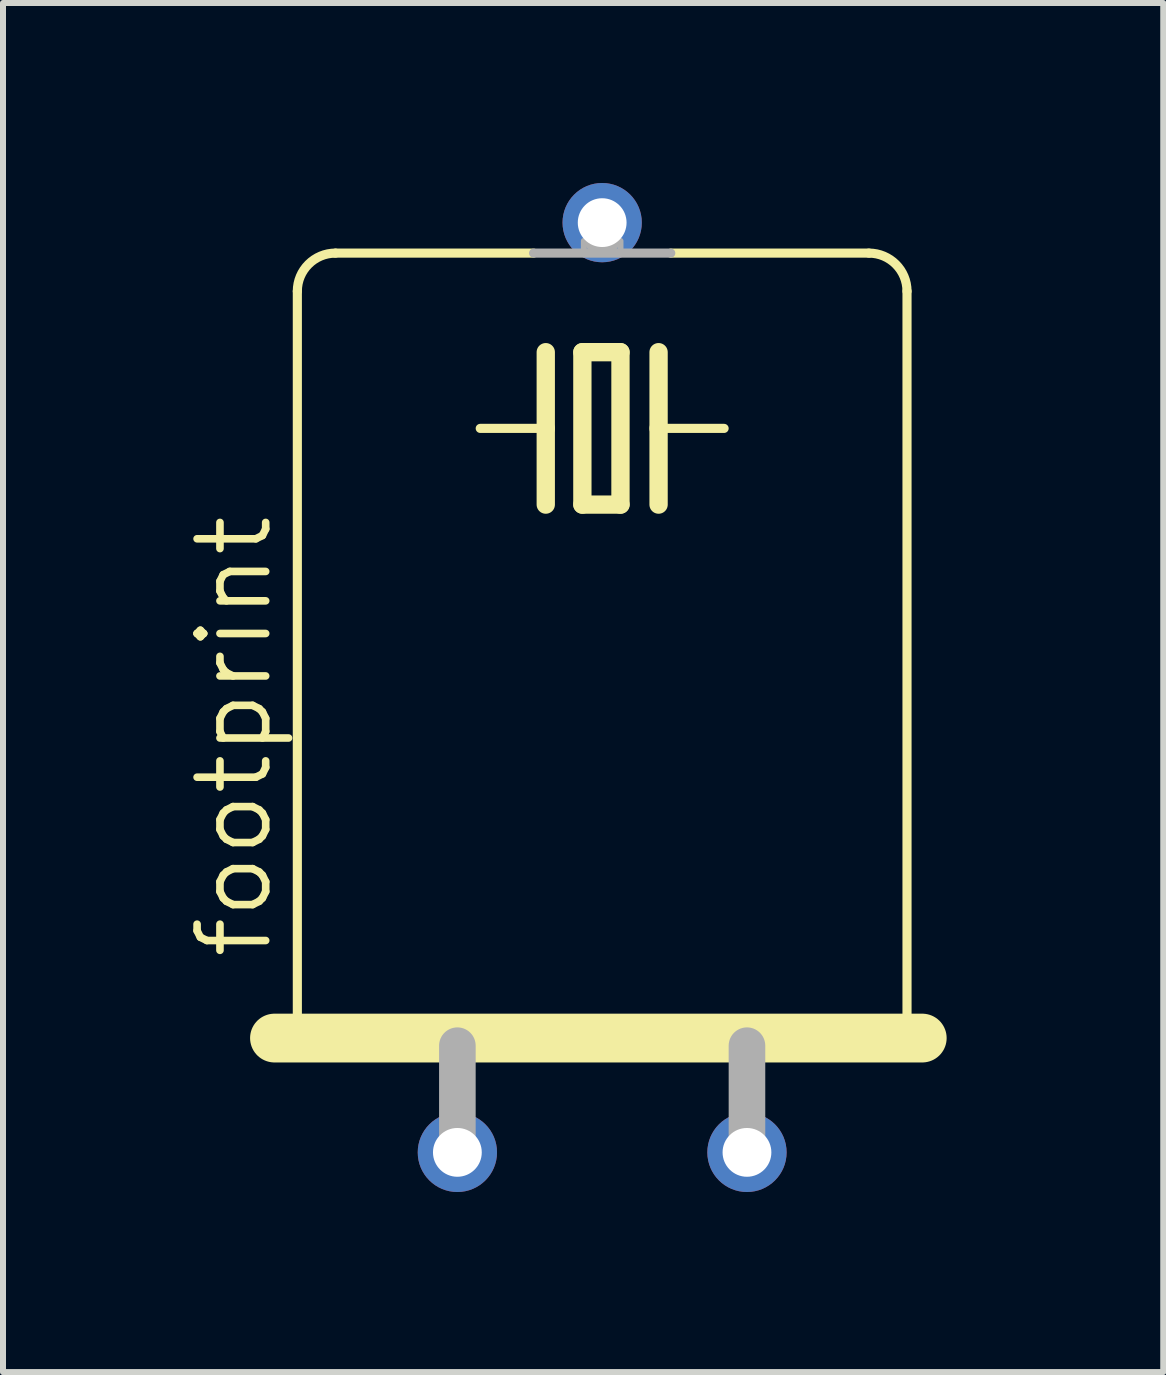
<source format=kicad_pcb>
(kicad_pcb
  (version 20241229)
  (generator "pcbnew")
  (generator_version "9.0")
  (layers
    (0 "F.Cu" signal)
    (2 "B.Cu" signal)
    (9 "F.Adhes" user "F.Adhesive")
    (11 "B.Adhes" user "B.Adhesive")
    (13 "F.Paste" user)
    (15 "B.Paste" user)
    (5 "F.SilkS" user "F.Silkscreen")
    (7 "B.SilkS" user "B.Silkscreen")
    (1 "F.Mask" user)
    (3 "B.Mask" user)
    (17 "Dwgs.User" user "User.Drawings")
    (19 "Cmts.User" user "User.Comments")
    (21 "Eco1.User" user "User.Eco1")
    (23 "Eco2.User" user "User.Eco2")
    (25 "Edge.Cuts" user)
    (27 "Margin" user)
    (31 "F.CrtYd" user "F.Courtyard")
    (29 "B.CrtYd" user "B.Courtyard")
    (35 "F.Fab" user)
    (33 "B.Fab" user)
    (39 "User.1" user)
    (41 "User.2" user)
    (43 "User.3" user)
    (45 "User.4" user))
  (footprint "footprint"
    (layer "F.Cu")
    (at 6.985 8.534)
    (property "Reference" "footprint" (at -5.461 4.445 90) (layer "F.SilkS") (effects (font (size 1.143 1.143) (thickness 0.127)) (justify left bottom)))
    (fp_line (start -5.08 -6.731) (end -5.08 5.715) (stroke (width 0.152) (type solid)) (layer "F.SilkS"))
    (fp_line (start -1.143 -7.366) (end -4.445 -7.366) (stroke (width 0.152) (type solid)) (layer "F.SilkS"))
    (fp_line (start -0.94 -5.715) (end -0.94 -4.445) (stroke (width 0.305) (type solid)) (layer "F.SilkS"))
    (fp_line (start -0.94 -4.445) (end -2.032 -4.445) (stroke (width 0.152) (type solid)) (layer "F.SilkS"))
    (fp_line (start -0.94 -4.445) (end -0.94 -3.175) (stroke (width 0.305) (type solid)) (layer "F.SilkS"))
    (fp_line (start -0.33 -5.715) (end -0.33 -3.175) (stroke (width 0.305) (type solid)) (layer "F.SilkS"))
    (fp_line (start -0.33 -3.175) (end 0.305 -3.175) (stroke (width 0.305) (type solid)) (layer "F.SilkS"))
    (fp_line (start 0.305 -5.715) (end -0.33 -5.715) (stroke (width 0.305) (type solid)) (layer "F.SilkS"))
    (fp_line (start 0.305 -3.175) (end 0.305 -5.715) (stroke (width 0.305) (type solid)) (layer "F.SilkS"))
    (fp_line (start 0.94 -5.715) (end 0.94 -4.445) (stroke (width 0.305) (type solid)) (layer "F.SilkS"))
    (fp_line (start 0.94 -4.445) (end 0.94 -3.175) (stroke (width 0.305) (type solid)) (layer "F.SilkS"))
    (fp_line (start 0.94 -4.445) (end 2.032 -4.445) (stroke (width 0.152) (type solid)) (layer "F.SilkS"))
    (fp_line (start 4.445 -7.366) (end 1.143 -7.366) (stroke (width 0.152) (type solid)) (layer "F.SilkS"))
    (fp_line (start 5.08 5.715) (end 5.08 -6.731) (stroke (width 0.152) (type solid)) (layer "F.SilkS"))
    (fp_line (start 5.334 5.715) (end -5.461 5.715) (stroke (width 0.813) (type solid)) (layer "F.SilkS"))
    (fp_arc (start -5.08 -6.731) (mid -4.894013 -7.180013) (end -4.445 -7.366) (stroke (width 0.1524) (type solid)) (layer "F.SilkS"))
    (fp_arc (start 4.445 -7.366) (mid 4.894013 -7.180013) (end 5.08 -6.731) (stroke (width 0.1524) (type solid)) (layer "F.SilkS"))
    (fp_line (start -2.413 5.842) (end -2.413 7.62) (stroke (width 0.61) (type solid)) (layer "F.Fab"))
    (fp_line (start 0 -7.874) (end 0 -7.62) (stroke (width 0.61) (type solid)) (layer "F.Fab"))
    (fp_line (start 1.143 -7.366) (end -1.143 -7.366) (stroke (width 0.152) (type solid)) (layer "F.Fab"))
    (fp_line (start 2.413 5.842) (end 2.413 7.62) (stroke (width 0.61) (type solid)) (layer "F.Fab"))
    (fp_poly (pts (xy -0.305 -7.366) (xy 0.305 -7.366) (xy 0.305 -7.569) (xy -0.305 -7.569)) (stroke (width 0.1) (type solid)) (fill no) (layer "F.Fab"))
    (pad "1" thru_hole circle (at -2.413 7.62) (size 1.321 1.321) (drill 0.813) (layers "*.Cu" "*.Mask"))
    (pad "2" thru_hole circle (at 2.413 7.62) (size 1.321 1.321) (drill 0.813) (layers "*.Cu" "*.Mask"))
    (pad "3" thru_hole circle (at 0 -7.874) (size 1.321 1.321) (drill 0.813) (layers "*.Cu" "*.Mask"))
    (zone (net_name "") (layers "F.Cu" "B.Cu") (hatch edge 0.508) (connect_pads) (min_thickness 0.254) (filled_areas_thickness no) (keepout (tracks allowed) (vias not_allowed) (pads allowed) (copperpour allowed) (footprints allowed)) (placement (enabled no)) (fill) (polygon (pts (xy 0.635 15.519) (xy 13.335 15.519) (xy 13.335 12.979) (xy 0.635 12.979))))
    (zone (net_name "") (layers "F.Cu" "B.Cu") (hatch edge 0.508) (connect_pads) (min_thickness 0.254) (filled_areas_thickness no) (keepout (tracks allowed) (vias not_allowed) (pads allowed) (copperpour allowed) (footprints allowed)) (placement (enabled no)) (fill) (polygon (pts (xy 1.27 12.979) (xy 12.7 12.979) (xy 12.7 0.279) (xy 1.27 0.279)))))
  (gr_rect
    (start -3 -3)
    (end 16.335 19.815)
    (stroke (width 0.1) (type default))
    (fill no)
    (layer "Edge.Cuts")))
</source>
